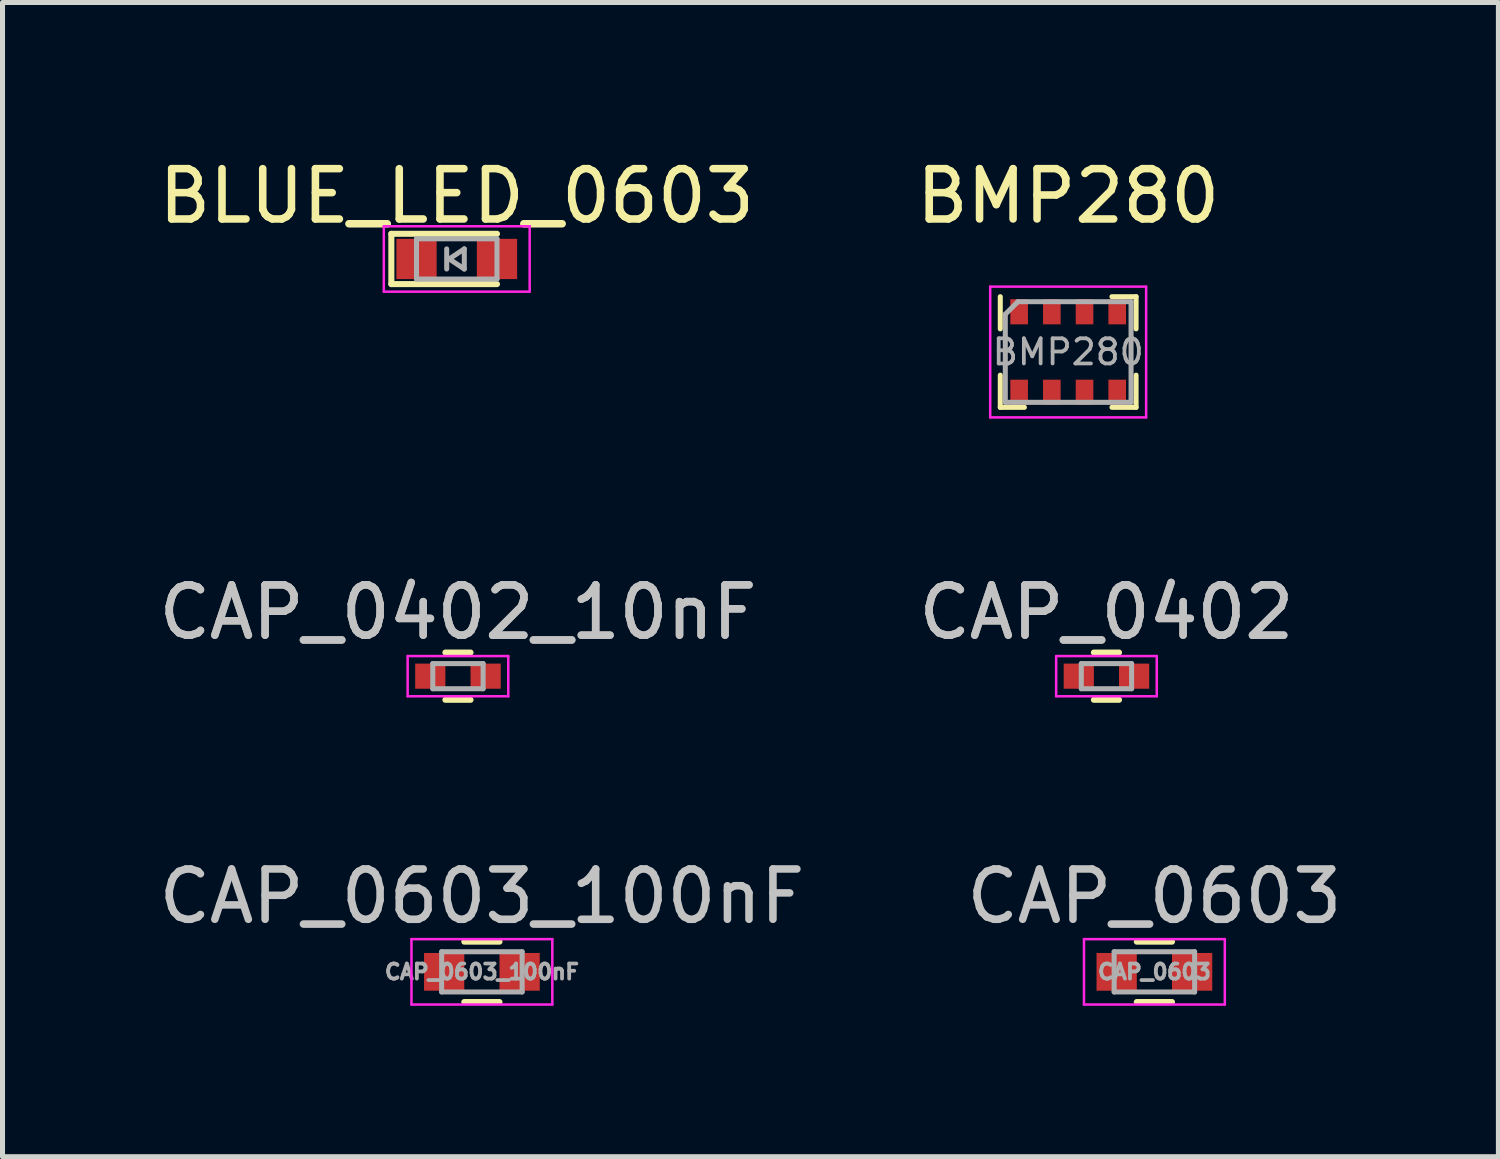
<source format=kicad_pcb>
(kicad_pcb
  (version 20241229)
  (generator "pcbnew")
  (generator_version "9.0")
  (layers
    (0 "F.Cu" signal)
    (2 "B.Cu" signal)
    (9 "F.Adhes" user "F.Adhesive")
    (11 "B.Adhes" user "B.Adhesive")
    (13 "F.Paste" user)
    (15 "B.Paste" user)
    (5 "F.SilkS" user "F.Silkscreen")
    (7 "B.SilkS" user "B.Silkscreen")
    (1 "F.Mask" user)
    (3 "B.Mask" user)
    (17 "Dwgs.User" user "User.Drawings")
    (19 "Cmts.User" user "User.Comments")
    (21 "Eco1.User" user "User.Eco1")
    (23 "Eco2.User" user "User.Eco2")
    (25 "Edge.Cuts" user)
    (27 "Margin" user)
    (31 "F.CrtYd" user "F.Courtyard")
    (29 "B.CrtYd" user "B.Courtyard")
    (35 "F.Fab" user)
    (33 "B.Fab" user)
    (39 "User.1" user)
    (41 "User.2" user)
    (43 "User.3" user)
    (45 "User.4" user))
  (footprint "CAP_0603_100nF"
    (layer "F.Cu")
    (at 6.53 16.27)
    (property "Reference" "CAP_0603_100nF" (at 0 -1.5 0) (layer "Dwgs.User") (effects (font (size 1 1) (thickness 0.15))))
    (attr smd)
    (fp_line (start -0.35 -0.6) (end 0.35 -0.6) (stroke (width 0.12) (type solid)) (layer "F.SilkS"))
    (fp_line (start 0.35 0.6) (end -0.35 0.6) (stroke (width 0.12) (type solid)) (layer "F.SilkS"))
    (fp_line (start -1.4 -0.65) (end -1.4 0.65) (stroke (width 0.05) (type solid)) (layer "F.CrtYd"))
    (fp_line (start -1.4 -0.65) (end 1.4 -0.65) (stroke (width 0.05) (type solid)) (layer "F.CrtYd"))
    (fp_line (start 1.4 0.65) (end -1.4 0.65) (stroke (width 0.05) (type solid)) (layer "F.CrtYd"))
    (fp_line (start 1.4 0.65) (end 1.4 -0.65) (stroke (width 0.05) (type solid)) (layer "F.CrtYd"))
    (fp_line (start -0.8 -0.4) (end 0.8 -0.4) (stroke (width 0.1) (type solid)) (layer "F.Fab"))
    (fp_line (start -0.8 0.4) (end -0.8 -0.4) (stroke (width 0.1) (type solid)) (layer "F.Fab"))
    (fp_line (start 0.8 -0.4) (end 0.8 0.4) (stroke (width 0.1) (type solid)) (layer "F.Fab"))
    (fp_line (start 0.8 0.4) (end -0.8 0.4) (stroke (width 0.1) (type solid)) (layer "F.Fab"))
    (fp_text user "${REFERENCE}" (at 0 0 0) (layer "F.Fab") (effects (font (size 0.3 0.3) (thickness 0.075))))
    (pad "1" smd rect (at -0.75 0) (size 0.8 0.75) (layers "F.Cu" "F.Mask" "F.Paste"))
    (pad "2" smd rect (at 0.75 0) (size 0.8 0.75) (layers "F.Cu" "F.Mask" "F.Paste")))
  (footprint "BLUE_LED_0603"
    (layer "F.Cu")
    (at 6.03 2.098)
    (property "Reference" "BLUE_LED_0603" (at 0 -1.25 0) (layer "F.SilkS") (effects (font (size 1 1) (thickness 0.15))))
    (attr smd)
    (fp_line (start -1.3 -0.5) (end -1.3 0.5) (stroke (width 0.12) (type solid)) (layer "F.SilkS"))
    (fp_line (start -1.3 -0.5) (end 0.8 -0.5) (stroke (width 0.12) (type solid)) (layer "F.SilkS"))
    (fp_line (start -1.3 0.5) (end 0.8 0.5) (stroke (width 0.12) (type solid)) (layer "F.SilkS"))
    (fp_line (start -1.45 -0.65) (end 1.45 -0.65) (stroke (width 0.05) (type solid)) (layer "F.CrtYd"))
    (fp_line (start -1.45 0.65) (end -1.45 -0.65) (stroke (width 0.05) (type solid)) (layer "F.CrtYd"))
    (fp_line (start 1.45 -0.65) (end 1.45 0.65) (stroke (width 0.05) (type solid)) (layer "F.CrtYd"))
    (fp_line (start 1.45 0.65) (end -1.45 0.65) (stroke (width 0.05) (type solid)) (layer "F.CrtYd"))
    (fp_line (start -0.8 -0.4) (end 0.8 -0.4) (stroke (width 0.1) (type solid)) (layer "F.Fab"))
    (fp_line (start -0.8 0.4) (end -0.8 -0.4) (stroke (width 0.1) (type solid)) (layer "F.Fab"))
    (fp_line (start -0.2 -0.2) (end -0.2 0.2) (stroke (width 0.1) (type solid)) (layer "F.Fab"))
    (fp_line (start -0.15 0) (end 0.15 -0.2) (stroke (width 0.1) (type solid)) (layer "F.Fab"))
    (fp_line (start 0.15 -0.2) (end 0.15 0.2) (stroke (width 0.1) (type solid)) (layer "F.Fab"))
    (fp_line (start 0.15 0.2) (end -0.15 0) (stroke (width 0.1) (type solid)) (layer "F.Fab"))
    (fp_line (start 0.8 -0.4) (end 0.8 0.4) (stroke (width 0.1) (type solid)) (layer "F.Fab"))
    (fp_line (start 0.8 0.4) (end -0.8 0.4) (stroke (width 0.1) (type solid)) (layer "F.Fab"))
    (pad "1" smd rect (at -0.8 0 180) (size 0.8 0.8) (layers "F.Cu" "F.Mask" "F.Paste"))
    (pad "2" smd rect (at 0.8 0 180) (size 0.8 0.8) (layers "F.Cu" "F.Mask" "F.Paste")))
  (footprint "BMP280"
    (layer "F.Cu")
    (at 18.185 3.948)
    (property "Reference" "BMP280" (at 0 -3.1 0) (layer "F.SilkS") (effects (font (size 1 1) (thickness 0.15))))
    (attr smd)
    (fp_line (start -1.35 -0.46) (end -1.35 -1.1) (stroke (width 0.1) (type solid)) (layer "F.SilkS"))
    (fp_line (start -1.35 1.1) (end -1.35 0.46) (stroke (width 0.1) (type solid)) (layer "F.SilkS"))
    (fp_line (start -1.35 1.1) (end -0.87 1.1) (stroke (width 0.1) (type solid)) (layer "F.SilkS"))
    (fp_line (start 0.87 -1.1) (end 1.35 -1.1) (stroke (width 0.1) (type solid)) (layer "F.SilkS"))
    (fp_line (start 0.87 1.1) (end 1.35 1.1) (stroke (width 0.1) (type solid)) (layer "F.SilkS"))
    (fp_line (start 1.35 -0.46) (end 1.35 -1.1) (stroke (width 0.1) (type solid)) (layer "F.SilkS"))
    (fp_line (start 1.35 1.1) (end 1.35 0.46) (stroke (width 0.1) (type solid)) (layer "F.SilkS"))
    (fp_line (start -1.55 -1.3) (end 1.55 -1.3) (stroke (width 0.05) (type solid)) (layer "F.CrtYd"))
    (fp_line (start -1.55 1.3) (end -1.55 -1.3) (stroke (width 0.05) (type solid)) (layer "F.CrtYd"))
    (fp_line (start 1.55 -1.3) (end 1.55 1.3) (stroke (width 0.05) (type solid)) (layer "F.CrtYd"))
    (fp_line (start 1.55 1.3) (end -1.55 1.3) (stroke (width 0.05) (type solid)) (layer "F.CrtYd"))
    (fp_line (start -1.25 1) (end -1.25 -0.75) (stroke (width 0.1) (type solid)) (layer "F.Fab"))
    (fp_line (start -1.25 1) (end 1.25 1) (stroke (width 0.1) (type solid)) (layer "F.Fab"))
    (fp_line (start -1 -1) (end -1.25 -0.75) (stroke (width 0.1) (type solid)) (layer "F.Fab"))
    (fp_line (start 1.25 -1) (end -1 -1) (stroke (width 0.1) (type solid)) (layer "F.Fab"))
    (fp_line (start 1.25 -1) (end 1.25 1) (stroke (width 0.1) (type solid)) (layer "F.Fab"))
    (fp_text user "${REFERENCE}" (at 0 0 0) (layer "F.Fab") (effects (font (size 0.5 0.5) (thickness 0.075))))
    (pad "1" smd rect (at -0.975 -0.8 90) (size 0.5 0.35) (layers "F.Cu" "F.Mask" "F.Paste"))
    (pad "2" smd rect (at -0.325 -0.8 90) (size 0.5 0.35) (layers "F.Cu" "F.Mask" "F.Paste"))
    (pad "3" smd rect (at 0.325 -0.8 90) (size 0.5 0.35) (layers "F.Cu" "F.Mask" "F.Paste"))
    (pad "4" smd rect (at 0.975 -0.8 90) (size 0.5 0.35) (layers "F.Cu" "F.Mask" "F.Paste"))
    (pad "5" smd rect (at 0.975 0.8 90) (size 0.5 0.35) (layers "F.Cu" "F.Mask" "F.Paste"))
    (pad "6" smd rect (at 0.325 0.8 90) (size 0.5 0.35) (layers "F.Cu" "F.Mask" "F.Paste"))
    (pad "7" smd rect (at -0.325 0.8 90) (size 0.5 0.35) (layers "F.Cu" "F.Mask" "F.Paste"))
    (pad "8" smd rect (at -0.975 0.8 90) (size 0.5 0.35) (layers "F.Cu" "F.Mask" "F.Paste")))
  (footprint "CAP_0402_10nF"
    (layer "F.Cu")
    (at 6.054 10.392)
    (property "Reference" "CAP_0402_10nF" (at 0 -1.27 0) (layer "Dwgs.User") (effects (font (size 1 1) (thickness 0.15))))
    (attr smd)
    (fp_line (start -0.25 0.47) (end 0.25 0.47) (stroke (width 0.12) (type solid)) (layer "F.SilkS"))
    (fp_line (start 0.25 -0.47) (end -0.25 -0.47) (stroke (width 0.12) (type solid)) (layer "F.SilkS"))
    (fp_line (start -1 -0.4) (end -1 0.4) (stroke (width 0.05) (type solid)) (layer "F.CrtYd"))
    (fp_line (start -1 -0.4) (end 1 -0.4) (stroke (width 0.05) (type solid)) (layer "F.CrtYd"))
    (fp_line (start 1 0.4) (end -1 0.4) (stroke (width 0.05) (type solid)) (layer "F.CrtYd"))
    (fp_line (start 1 0.4) (end 1 -0.4) (stroke (width 0.05) (type solid)) (layer "F.CrtYd"))
    (fp_line (start -0.5 -0.25) (end 0.5 -0.25) (stroke (width 0.1) (type solid)) (layer "F.Fab"))
    (fp_line (start -0.5 0.25) (end -0.5 -0.25) (stroke (width 0.1) (type solid)) (layer "F.Fab"))
    (fp_line (start 0.5 -0.25) (end 0.5 0.25) (stroke (width 0.1) (type solid)) (layer "F.Fab"))
    (fp_line (start 0.5 0.25) (end -0.5 0.25) (stroke (width 0.1) (type solid)) (layer "F.Fab"))
    (fp_text user "${REFERENCE}" (at 0 -1.27 0) (layer "F.Fab") (effects (font (size 1 1) (thickness 0.15))))
    (pad "1" smd rect (at -0.55 0) (size 0.6 0.5) (layers "F.Cu" "F.Mask" "F.Paste"))
    (pad "2" smd rect (at 0.55 0) (size 0.6 0.5) (layers "F.Cu" "F.Mask" "F.Paste")))
  (footprint "CAP_0603"
    (layer "F.Cu")
    (at 19.899 16.27)
    (property "Reference" "CAP_0603" (at 0 -1.5 0) (layer "Dwgs.User") (effects (font (size 1 1) (thickness 0.15))))
    (attr smd)
    (fp_line (start -0.35 -0.6) (end 0.35 -0.6) (stroke (width 0.12) (type solid)) (layer "F.SilkS"))
    (fp_line (start 0.35 0.6) (end -0.35 0.6) (stroke (width 0.12) (type solid)) (layer "F.SilkS"))
    (fp_line (start -1.4 -0.65) (end -1.4 0.65) (stroke (width 0.05) (type solid)) (layer "F.CrtYd"))
    (fp_line (start -1.4 -0.65) (end 1.4 -0.65) (stroke (width 0.05) (type solid)) (layer "F.CrtYd"))
    (fp_line (start 1.4 0.65) (end -1.4 0.65) (stroke (width 0.05) (type solid)) (layer "F.CrtYd"))
    (fp_line (start 1.4 0.65) (end 1.4 -0.65) (stroke (width 0.05) (type solid)) (layer "F.CrtYd"))
    (fp_line (start -0.8 -0.4) (end 0.8 -0.4) (stroke (width 0.1) (type solid)) (layer "F.Fab"))
    (fp_line (start -0.8 0.4) (end -0.8 -0.4) (stroke (width 0.1) (type solid)) (layer "F.Fab"))
    (fp_line (start 0.8 -0.4) (end 0.8 0.4) (stroke (width 0.1) (type solid)) (layer "F.Fab"))
    (fp_line (start 0.8 0.4) (end -0.8 0.4) (stroke (width 0.1) (type solid)) (layer "F.Fab"))
    (fp_text user "${REFERENCE}" (at 0 0 0) (layer "F.Fab") (effects (font (size 0.3 0.3) (thickness 0.075))))
    (pad "1" smd rect (at -0.75 0) (size 0.8 0.75) (layers "F.Cu" "F.Mask" "F.Paste"))
    (pad "2" smd rect (at 0.75 0) (size 0.8 0.75) (layers "F.Cu" "F.Mask" "F.Paste")))
  (footprint "CAP_0402"
    (layer "F.Cu")
    (at 18.946 10.392)
    (property "Reference" "CAP_0402" (at 0 -1.27 0) (layer "Dwgs.User") (effects (font (size 1 1) (thickness 0.15))))
    (attr smd)
    (fp_line (start -0.25 0.47) (end 0.25 0.47) (stroke (width 0.12) (type solid)) (layer "F.SilkS"))
    (fp_line (start 0.25 -0.47) (end -0.25 -0.47) (stroke (width 0.12) (type solid)) (layer "F.SilkS"))
    (fp_line (start -1 -0.4) (end -1 0.4) (stroke (width 0.05) (type solid)) (layer "F.CrtYd"))
    (fp_line (start -1 -0.4) (end 1 -0.4) (stroke (width 0.05) (type solid)) (layer "F.CrtYd"))
    (fp_line (start 1 0.4) (end -1 0.4) (stroke (width 0.05) (type solid)) (layer "F.CrtYd"))
    (fp_line (start 1 0.4) (end 1 -0.4) (stroke (width 0.05) (type solid)) (layer "F.CrtYd"))
    (fp_line (start -0.5 -0.25) (end 0.5 -0.25) (stroke (width 0.1) (type solid)) (layer "F.Fab"))
    (fp_line (start -0.5 0.25) (end -0.5 -0.25) (stroke (width 0.1) (type solid)) (layer "F.Fab"))
    (fp_line (start 0.5 -0.25) (end 0.5 0.25) (stroke (width 0.1) (type solid)) (layer "F.Fab"))
    (fp_line (start 0.5 0.25) (end -0.5 0.25) (stroke (width 0.1) (type solid)) (layer "F.Fab"))
    (fp_text user "${REFERENCE}" (at 0 -1.27 0) (layer "F.Fab") (effects (font (size 1 1) (thickness 0.15))))
    (pad "1" smd rect (at -0.55 0) (size 0.6 0.5) (layers "F.Cu" "F.Mask" "F.Paste"))
    (pad "2" smd rect (at 0.55 0) (size 0.6 0.5) (layers "F.Cu" "F.Mask" "F.Paste")))
  (gr_rect
    (start -3 -3)
    (end 26.738 19.945)
    (stroke (width 0.1) (type default))
    (fill no)
    (layer "Edge.Cuts")))
</source>
